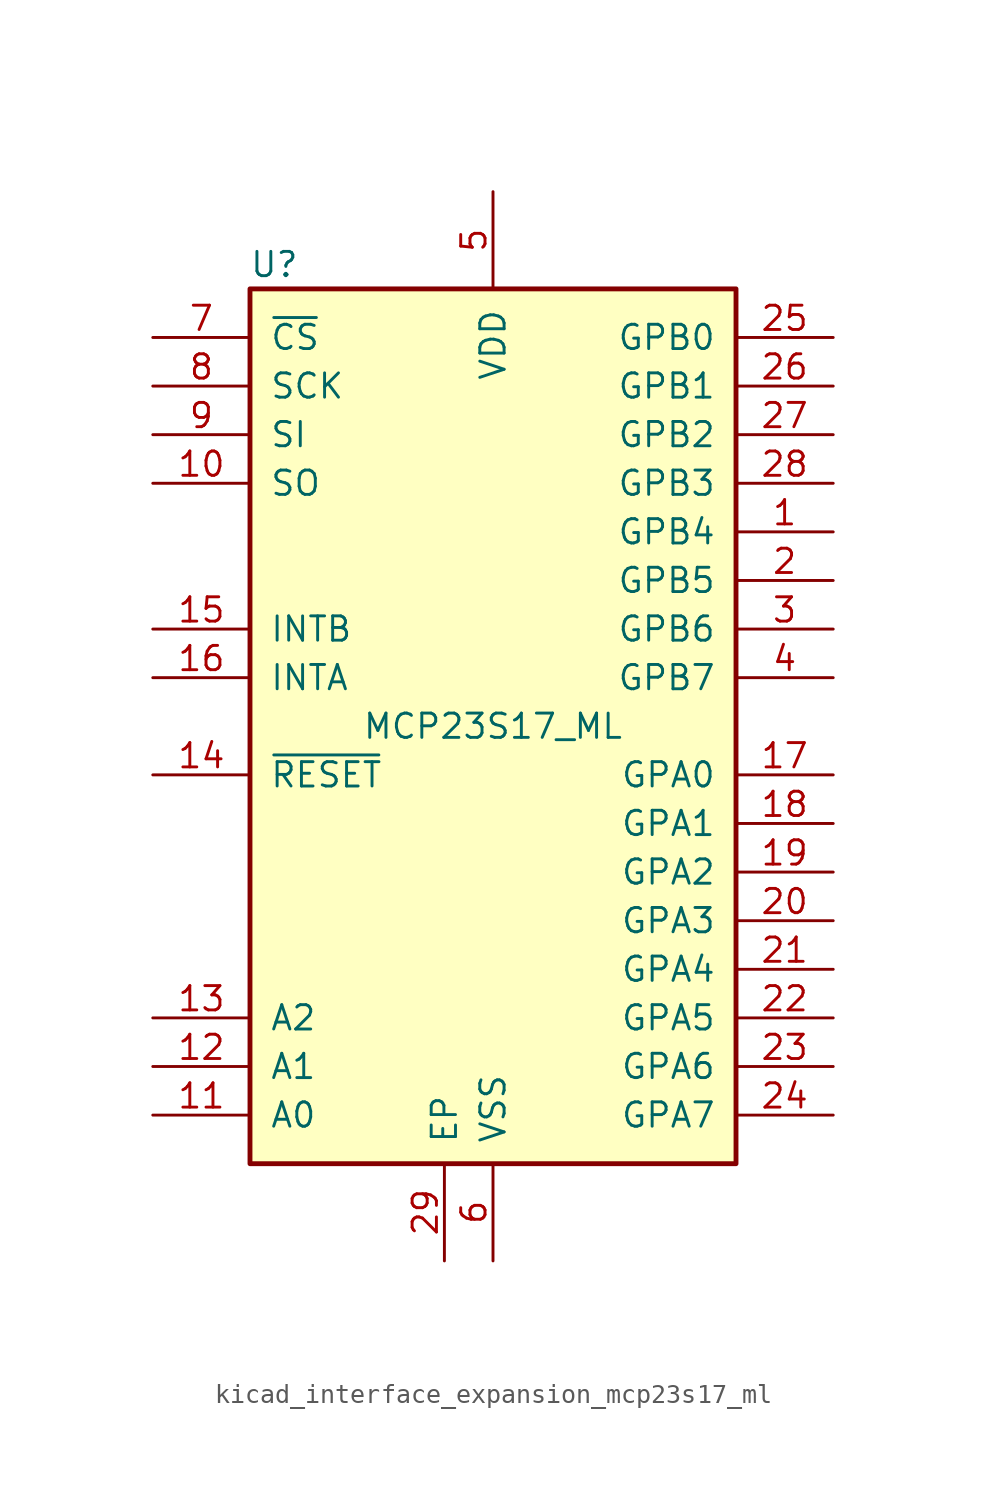
<source format=kicad_sym>
(kicad_symbol_lib
  (version 20220914)
  (generator kicad_symbol_editor)
  (symbol "kicad_interface_expansion_mcp23s17_ml"
    (pin_names
      (offset 1.016))
    (property "Reference" "U"
      (at -11.43 24.13 0)
      (effects (font (size 1.27 1.27))))
    (property "Value" "MCP23S17_ML"
      (at 0 0 0)
      (effects (font (size 1.27 1.27))))
    (symbol "kicad_interface_expansion_mcp23s17_ml_0_1"
      (rectangle (start -12.7 22.86) (end 12.7 -22.86) (stroke (width 0.254) (type default)) (fill (type background))))
    (symbol "kicad_interface_expansion_mcp23s17_ml_1_1"
      (pin bidirectional line (at 17.78 10.16 180) (length 5.08) (name "GPB4" (effects (font (size 1.27 1.27)))) (number "1" (effects (font (size 1.27 1.27)))))
      (pin output line (at -17.78 12.7 0) (length 5.08) (name "SO" (effects (font (size 1.27 1.27)))) (number "10" (effects (font (size 1.27 1.27)))))
      (pin input line (at -17.78 -20.32 0) (length 5.08) (name "A0" (effects (font (size 1.27 1.27)))) (number "11" (effects (font (size 1.27 1.27)))))
      (pin input line (at -17.78 -17.78 0) (length 5.08) (name "A1" (effects (font (size 1.27 1.27)))) (number "12" (effects (font (size 1.27 1.27)))))
      (pin input line (at -17.78 -15.24 0) (length 5.08) (name "A2" (effects (font (size 1.27 1.27)))) (number "13" (effects (font (size 1.27 1.27)))))
      (pin input line (at -17.78 -2.54 0) (length 5.08) (name "~{RESET}" (effects (font (size 1.27 1.27)))) (number "14" (effects (font (size 1.27 1.27)))))
      (pin tri_state line (at -17.78 5.08 0) (length 5.08) (name "INTB" (effects (font (size 1.27 1.27)))) (number "15" (effects (font (size 1.27 1.27)))))
      (pin tri_state line (at -17.78 2.54 0) (length 5.08) (name "INTA" (effects (font (size 1.27 1.27)))) (number "16" (effects (font (size 1.27 1.27)))))
      (pin bidirectional line (at 17.78 -2.54 180) (length 5.08) (name "GPA0" (effects (font (size 1.27 1.27)))) (number "17" (effects (font (size 1.27 1.27)))))
      (pin bidirectional line (at 17.78 -5.08 180) (length 5.08) (name "GPA1" (effects (font (size 1.27 1.27)))) (number "18" (effects (font (size 1.27 1.27)))))
      (pin bidirectional line (at 17.78 -7.62 180) (length 5.08) (name "GPA2" (effects (font (size 1.27 1.27)))) (number "19" (effects (font (size 1.27 1.27)))))
      (pin bidirectional line (at 17.78 7.62 180) (length 5.08) (name "GPB5" (effects (font (size 1.27 1.27)))) (number "2" (effects (font (size 1.27 1.27)))))
      (pin bidirectional line (at 17.78 -10.16 180) (length 5.08) (name "GPA3" (effects (font (size 1.27 1.27)))) (number "20" (effects (font (size 1.27 1.27)))))
      (pin bidirectional line (at 17.78 -12.7 180) (length 5.08) (name "GPA4" (effects (font (size 1.27 1.27)))) (number "21" (effects (font (size 1.27 1.27)))))
      (pin bidirectional line (at 17.78 -15.24 180) (length 5.08) (name "GPA5" (effects (font (size 1.27 1.27)))) (number "22" (effects (font (size 1.27 1.27)))))
      (pin bidirectional line (at 17.78 -17.78 180) (length 5.08) (name "GPA6" (effects (font (size 1.27 1.27)))) (number "23" (effects (font (size 1.27 1.27)))))
      (pin bidirectional line (at 17.78 -20.32 180) (length 5.08) (name "GPA7" (effects (font (size 1.27 1.27)))) (number "24" (effects (font (size 1.27 1.27)))))
      (pin bidirectional line (at 17.78 20.32 180) (length 5.08) (name "GPB0" (effects (font (size 1.27 1.27)))) (number "25" (effects (font (size 1.27 1.27)))))
      (pin bidirectional line (at 17.78 17.78 180) (length 5.08) (name "GPB1" (effects (font (size 1.27 1.27)))) (number "26" (effects (font (size 1.27 1.27)))))
      (pin bidirectional line (at 17.78 15.24 180) (length 5.08) (name "GPB2" (effects (font (size 1.27 1.27)))) (number "27" (effects (font (size 1.27 1.27)))))
      (pin bidirectional line (at 17.78 12.7 180) (length 5.08) (name "GPB3" (effects (font (size 1.27 1.27)))) (number "28" (effects (font (size 1.27 1.27)))))
      (pin passive line (at -2.54 -27.94 90) (length 5.08) (name "EP" (effects (font (size 1.27 1.27)))) (number "29" (effects (font (size 1.27 1.27)))))
      (pin bidirectional line (at 17.78 5.08 180) (length 5.08) (name "GPB6" (effects (font (size 1.27 1.27)))) (number "3" (effects (font (size 1.27 1.27)))))
      (pin bidirectional line (at 17.78 2.54 180) (length 5.08) (name "GPB7" (effects (font (size 1.27 1.27)))) (number "4" (effects (font (size 1.27 1.27)))))
      (pin power_in line (at 0 27.94 270) (length 5.08) (name "VDD" (effects (font (size 1.27 1.27)))) (number "5" (effects (font (size 1.27 1.27)))))
      (pin power_in line (at 0 -27.94 90) (length 5.08) (name "VSS" (effects (font (size 1.27 1.27)))) (number "6" (effects (font (size 1.27 1.27)))))
      (pin input line (at -17.78 20.32 0) (length 5.08) (name "~{CS}" (effects (font (size 1.27 1.27)))) (number "7" (effects (font (size 1.27 1.27)))))
      (pin input line (at -17.78 17.78 0) (length 5.08) (name "SCK" (effects (font (size 1.27 1.27)))) (number "8" (effects (font (size 1.27 1.27)))))
      (pin input line (at -17.78 15.24 0) (length 5.08) (name "SI" (effects (font (size 1.27 1.27)))) (number "9" (effects (font (size 1.27 1.27))))))))
</source>
